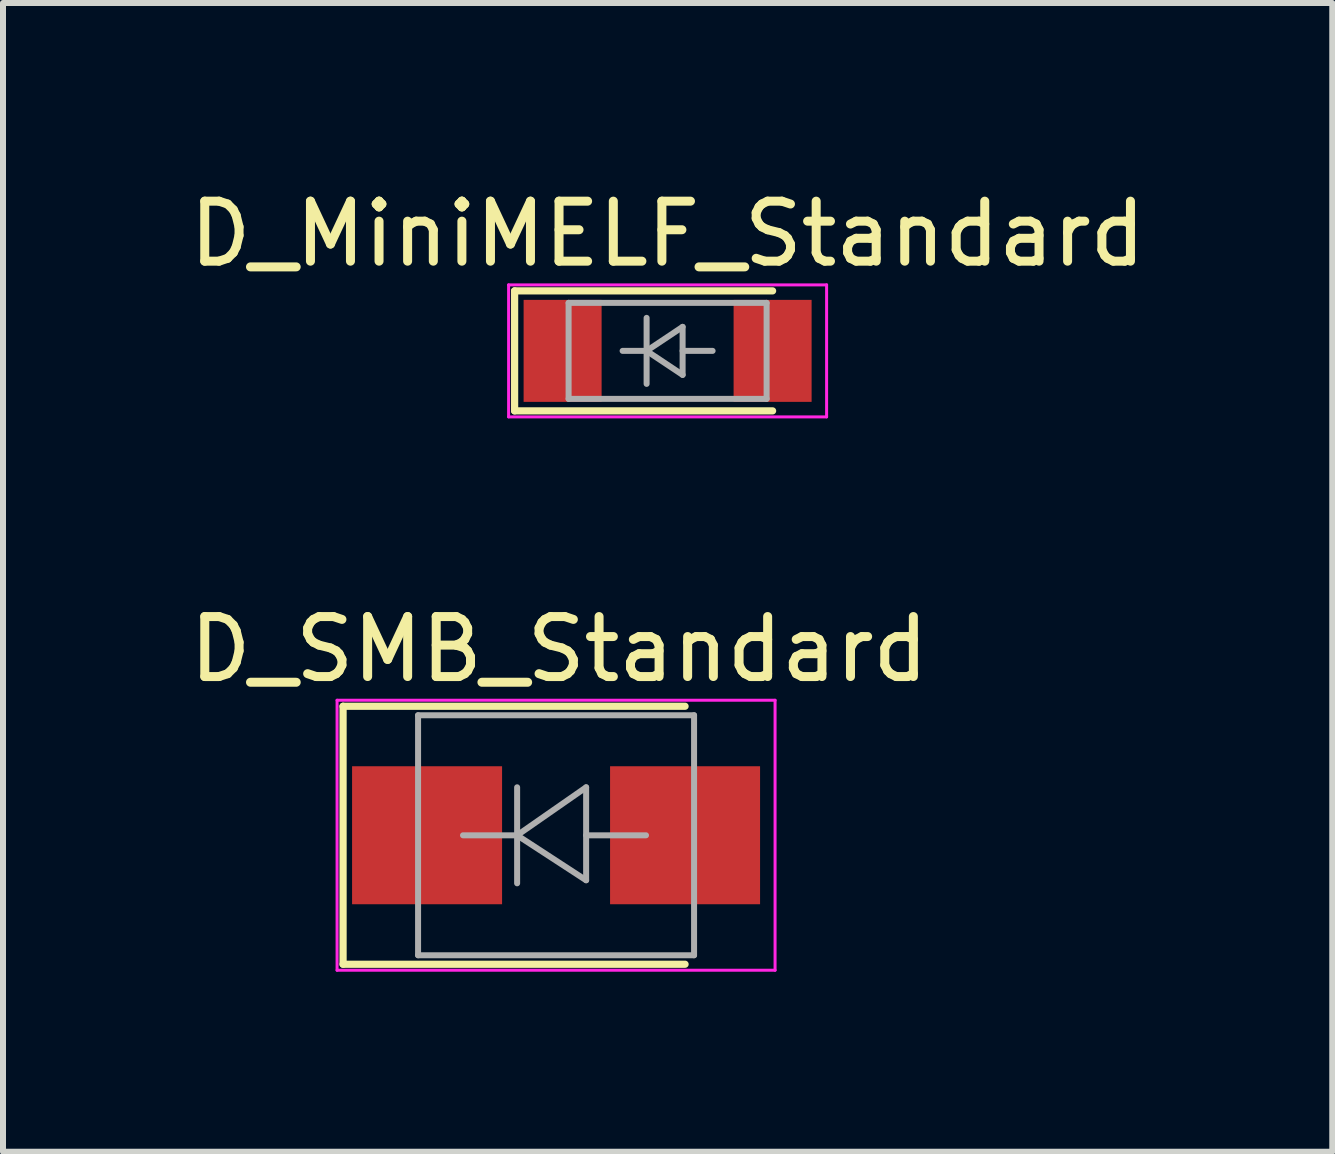
<source format=kicad_pcb>
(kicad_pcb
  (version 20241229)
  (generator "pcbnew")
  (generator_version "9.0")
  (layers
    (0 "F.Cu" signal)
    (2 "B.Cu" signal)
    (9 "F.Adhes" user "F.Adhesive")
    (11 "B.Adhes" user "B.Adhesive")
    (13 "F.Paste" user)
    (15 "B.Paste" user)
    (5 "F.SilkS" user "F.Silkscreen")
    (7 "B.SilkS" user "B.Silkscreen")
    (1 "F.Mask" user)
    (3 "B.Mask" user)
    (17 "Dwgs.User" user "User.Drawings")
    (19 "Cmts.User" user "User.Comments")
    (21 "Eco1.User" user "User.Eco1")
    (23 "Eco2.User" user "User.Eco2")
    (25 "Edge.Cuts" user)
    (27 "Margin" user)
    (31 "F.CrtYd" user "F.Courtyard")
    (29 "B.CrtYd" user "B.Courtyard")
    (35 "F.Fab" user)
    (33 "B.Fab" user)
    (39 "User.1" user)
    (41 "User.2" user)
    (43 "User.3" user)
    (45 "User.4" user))
  (footprint "D_SMB_Standard"
    (layer "F.Cu")
    (at 6.218 10.871)
    (property "Reference" "D_SMB_Standard" (at 0.05 -3.1 0) (layer "F.SilkS") (effects (font (size 1 1) (thickness 0.15))))
    (attr smd)
    (fp_line (start -3.55 -2.15) (end -3.55 2.15) (stroke (width 0.12) (type solid)) (layer "F.SilkS"))
    (fp_line (start -3.55 -2.15) (end 2.15 -2.15) (stroke (width 0.12) (type solid)) (layer "F.SilkS"))
    (fp_line (start -3.55 2.15) (end 2.15 2.15) (stroke (width 0.12) (type solid)) (layer "F.SilkS"))
    (fp_line (start -3.65 -2.25) (end 3.65 -2.25) (stroke (width 0.05) (type solid)) (layer "F.CrtYd"))
    (fp_line (start -3.65 2.25) (end -3.65 -2.25) (stroke (width 0.05) (type solid)) (layer "F.CrtYd"))
    (fp_line (start 3.65 -2.25) (end 3.65 2.25) (stroke (width 0.05) (type solid)) (layer "F.CrtYd"))
    (fp_line (start 3.65 2.25) (end -3.65 2.25) (stroke (width 0.05) (type solid)) (layer "F.CrtYd"))
    (fp_line (start -2.3 2) (end -2.3 -2) (stroke (width 0.1) (type solid)) (layer "F.Fab"))
    (fp_line (start -0.649 -0.799) (end -0.649 0.801) (stroke (width 0.1) (type solid)) (layer "F.Fab"))
    (fp_line (start -0.649 0.001) (end -1.551 0.001) (stroke (width 0.1) (type solid)) (layer "F.Fab"))
    (fp_line (start -0.649 0.001) (end 0.501 -0.799) (stroke (width 0.1) (type solid)) (layer "F.Fab"))
    (fp_line (start -0.649 0.001) (end 0.501 0.75) (stroke (width 0.1) (type solid)) (layer "F.Fab"))
    (fp_line (start 0.501 0.001) (end 1.499 0.001) (stroke (width 0.1) (type solid)) (layer "F.Fab"))
    (fp_line (start 0.501 0.75) (end 0.501 -0.799) (stroke (width 0.1) (type solid)) (layer "F.Fab"))
    (fp_line (start 2.3 -2) (end -2.3 -2) (stroke (width 0.1) (type solid)) (layer "F.Fab"))
    (fp_line (start 2.3 -2) (end 2.3 2) (stroke (width 0.1) (type solid)) (layer "F.Fab"))
    (fp_line (start 2.3 2) (end -2.3 2) (stroke (width 0.1) (type solid)) (layer "F.Fab"))
    (pad "1" smd rect (at -2.15 0) (size 2.5 2.3) (layers "F.Cu" "F.Mask" "F.Paste"))
    (pad "2" smd rect (at 2.15 0) (size 2.5 2.3) (layers "F.Cu" "F.Mask" "F.Paste")))
  (footprint "D_MiniMELF_Standard"
    (layer "F.Cu")
    (at 8.077 2.798)
    (property "Reference" "D_MiniMELF_Standard" (at 0 -1.95 0) (layer "F.SilkS") (effects (font (size 1 1) (thickness 0.15))))
    (attr smd)
    (fp_line (start -2.55 -1) (end -2.55 1) (stroke (width 0.12) (type solid)) (layer "F.SilkS"))
    (fp_line (start -2.55 1) (end 1.75 1) (stroke (width 0.12) (type solid)) (layer "F.SilkS"))
    (fp_line (start 1.75 -1) (end -2.55 -1) (stroke (width 0.12) (type solid)) (layer "F.SilkS"))
    (fp_line (start -2.65 -1.1) (end 2.65 -1.1) (stroke (width 0.05) (type solid)) (layer "F.CrtYd"))
    (fp_line (start -2.65 1.1) (end -2.65 -1.1) (stroke (width 0.05) (type solid)) (layer "F.CrtYd"))
    (fp_line (start 2.65 -1.1) (end 2.65 1.1) (stroke (width 0.05) (type solid)) (layer "F.CrtYd"))
    (fp_line (start 2.65 1.1) (end -2.65 1.1) (stroke (width 0.05) (type solid)) (layer "F.CrtYd"))
    (fp_line (start -1.65 -0.8) (end 1.65 -0.8) (stroke (width 0.1) (type solid)) (layer "F.Fab"))
    (fp_line (start -1.65 0.8) (end -1.65 -0.8) (stroke (width 0.1) (type solid)) (layer "F.Fab"))
    (fp_line (start -0.75 0) (end -0.35 0) (stroke (width 0.1) (type solid)) (layer "F.Fab"))
    (fp_line (start -0.35 0) (end -0.35 -0.55) (stroke (width 0.1) (type solid)) (layer "F.Fab"))
    (fp_line (start -0.35 0) (end -0.35 0.55) (stroke (width 0.1) (type solid)) (layer "F.Fab"))
    (fp_line (start -0.35 0) (end 0.25 -0.4) (stroke (width 0.1) (type solid)) (layer "F.Fab"))
    (fp_line (start 0.25 -0.4) (end 0.25 0.4) (stroke (width 0.1) (type solid)) (layer "F.Fab"))
    (fp_line (start 0.25 0) (end 0.75 0) (stroke (width 0.1) (type solid)) (layer "F.Fab"))
    (fp_line (start 0.25 0.4) (end -0.35 0) (stroke (width 0.1) (type solid)) (layer "F.Fab"))
    (fp_line (start 1.65 -0.8) (end 1.65 0.8) (stroke (width 0.1) (type solid)) (layer "F.Fab"))
    (fp_line (start 1.65 0.8) (end -1.65 0.8) (stroke (width 0.1) (type solid)) (layer "F.Fab"))
    (pad "1" smd rect (at -1.75 0) (size 1.3 1.7) (layers "F.Cu" "F.Mask" "F.Paste"))
    (pad "2" smd rect (at 1.75 0) (size 1.3 1.7) (layers "F.Cu" "F.Mask" "F.Paste")))
  (gr_rect
    (start -3 -3)
    (end 19.155 16.146)
    (stroke (width 0.1) (type default))
    (fill no)
    (layer "Edge.Cuts")))
</source>
